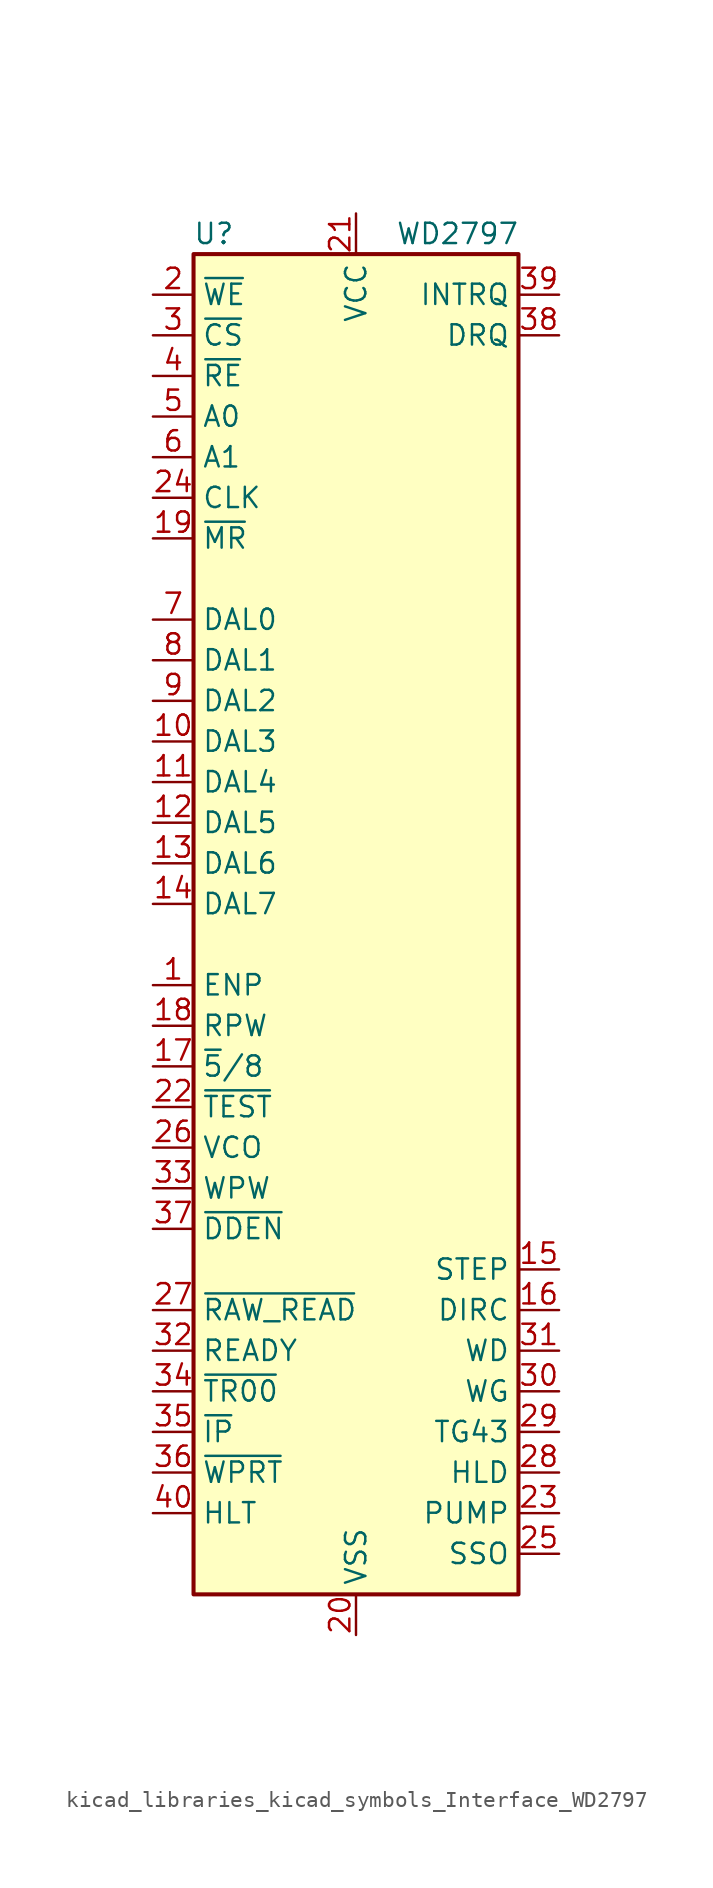
<source format=kicad_sym>
(kicad_symbol_lib
  (version 20220914)
  (generator kicad_symbol_editor)
  (symbol "kicad_libraries_kicad_symbols_Interface_WD2797"
    (property "Reference" "U"
      (at -8.89 44.45 0)
      (effects (font (size 1.27 1.27))))
    (property "Value" "WD2797"
      (at 6.35 44.45 0)
      (effects (font (size 1.27 1.27))))
    (symbol "kicad_libraries_kicad_symbols_Interface_WD2797_0_1"
      (rectangle (start -10.16 43.18) (end 10.16 -40.64) (stroke (width 0.254) (type default)) (fill (type background))))
    (symbol "kicad_libraries_kicad_symbols_Interface_WD2797_1_1"
      (pin input line (at -12.7 -2.54 0) (length 2.54) (name "ENP" (effects (font (size 1.27 1.27)))) (number "1" (effects (font (size 1.27 1.27)))))
      (pin tri_state line (at -12.7 12.7 0) (length 2.54) (name "DAL3" (effects (font (size 1.27 1.27)))) (number "10" (effects (font (size 1.27 1.27)))))
      (pin tri_state line (at -12.7 10.16 0) (length 2.54) (name "DAL4" (effects (font (size 1.27 1.27)))) (number "11" (effects (font (size 1.27 1.27)))))
      (pin tri_state line (at -12.7 7.62 0) (length 2.54) (name "DAL5" (effects (font (size 1.27 1.27)))) (number "12" (effects (font (size 1.27 1.27)))))
      (pin tri_state line (at -12.7 5.08 0) (length 2.54) (name "DAL6" (effects (font (size 1.27 1.27)))) (number "13" (effects (font (size 1.27 1.27)))))
      (pin tri_state line (at -12.7 2.54 0) (length 2.54) (name "DAL7" (effects (font (size 1.27 1.27)))) (number "14" (effects (font (size 1.27 1.27)))))
      (pin output line (at 12.7 -20.32 180) (length 2.54) (name "STEP" (effects (font (size 1.27 1.27)))) (number "15" (effects (font (size 1.27 1.27)))))
      (pin output line (at 12.7 -22.86 180) (length 2.54) (name "DIRC" (effects (font (size 1.27 1.27)))) (number "16" (effects (font (size 1.27 1.27)))))
      (pin input line (at -12.7 -7.62 0) (length 2.54) (name "~{5}/8" (effects (font (size 1.27 1.27)))) (number "17" (effects (font (size 1.27 1.27)))))
      (pin input line (at -12.7 -5.08 0) (length 2.54) (name "RPW" (effects (font (size 1.27 1.27)))) (number "18" (effects (font (size 1.27 1.27)))))
      (pin input line (at -12.7 25.4 0) (length 2.54) (name "~{MR}" (effects (font (size 1.27 1.27)))) (number "19" (effects (font (size 1.27 1.27)))))
      (pin input line (at -12.7 40.64 0) (length 2.54) (name "~{WE}" (effects (font (size 1.27 1.27)))) (number "2" (effects (font (size 1.27 1.27)))))
      (pin power_in line (at 0 -43.18 90) (length 2.54) (name "VSS" (effects (font (size 1.27 1.27)))) (number "20" (effects (font (size 1.27 1.27)))))
      (pin power_in line (at 0 45.72 270) (length 2.54) (name "VCC" (effects (font (size 1.27 1.27)))) (number "21" (effects (font (size 1.27 1.27)))))
      (pin input line (at -12.7 -10.16 0) (length 2.54) (name "~{TEST}" (effects (font (size 1.27 1.27)))) (number "22" (effects (font (size 1.27 1.27)))))
      (pin output line (at 12.7 -35.56 180) (length 2.54) (name "PUMP" (effects (font (size 1.27 1.27)))) (number "23" (effects (font (size 1.27 1.27)))))
      (pin input line (at -12.7 27.94 0) (length 2.54) (name "CLK" (effects (font (size 1.27 1.27)))) (number "24" (effects (font (size 1.27 1.27)))))
      (pin output line (at 12.7 -38.1 180) (length 2.54) (name "SSO" (effects (font (size 1.27 1.27)))) (number "25" (effects (font (size 1.27 1.27)))))
      (pin input line (at -12.7 -12.7 0) (length 2.54) (name "VCO" (effects (font (size 1.27 1.27)))) (number "26" (effects (font (size 1.27 1.27)))))
      (pin input line (at -12.7 -22.86 0) (length 2.54) (name "~{RAW_READ}" (effects (font (size 1.27 1.27)))) (number "27" (effects (font (size 1.27 1.27)))))
      (pin output line (at 12.7 -33.02 180) (length 2.54) (name "HLD" (effects (font (size 1.27 1.27)))) (number "28" (effects (font (size 1.27 1.27)))))
      (pin output line (at 12.7 -30.48 180) (length 2.54) (name "TG43" (effects (font (size 1.27 1.27)))) (number "29" (effects (font (size 1.27 1.27)))))
      (pin input line (at -12.7 38.1 0) (length 2.54) (name "~{CS}" (effects (font (size 1.27 1.27)))) (number "3" (effects (font (size 1.27 1.27)))))
      (pin output line (at 12.7 -27.94 180) (length 2.54) (name "WG" (effects (font (size 1.27 1.27)))) (number "30" (effects (font (size 1.27 1.27)))))
      (pin output line (at 12.7 -25.4 180) (length 2.54) (name "WD" (effects (font (size 1.27 1.27)))) (number "31" (effects (font (size 1.27 1.27)))))
      (pin input line (at -12.7 -25.4 0) (length 2.54) (name "READY" (effects (font (size 1.27 1.27)))) (number "32" (effects (font (size 1.27 1.27)))))
      (pin input line (at -12.7 -15.24 0) (length 2.54) (name "WPW" (effects (font (size 1.27 1.27)))) (number "33" (effects (font (size 1.27 1.27)))))
      (pin input line (at -12.7 -27.94 0) (length 2.54) (name "~{TR00}" (effects (font (size 1.27 1.27)))) (number "34" (effects (font (size 1.27 1.27)))))
      (pin input line (at -12.7 -30.48 0) (length 2.54) (name "~{IP}" (effects (font (size 1.27 1.27)))) (number "35" (effects (font (size 1.27 1.27)))))
      (pin input line (at -12.7 -33.02 0) (length 2.54) (name "~{WPRT}" (effects (font (size 1.27 1.27)))) (number "36" (effects (font (size 1.27 1.27)))))
      (pin input line (at -12.7 -17.78 0) (length 2.54) (name "~{DDEN}" (effects (font (size 1.27 1.27)))) (number "37" (effects (font (size 1.27 1.27)))))
      (pin output line (at 12.7 38.1 180) (length 2.54) (name "DRQ" (effects (font (size 1.27 1.27)))) (number "38" (effects (font (size 1.27 1.27)))))
      (pin output line (at 12.7 40.64 180) (length 2.54) (name "INTRQ" (effects (font (size 1.27 1.27)))) (number "39" (effects (font (size 1.27 1.27)))))
      (pin input line (at -12.7 35.56 0) (length 2.54) (name "~{RE}" (effects (font (size 1.27 1.27)))) (number "4" (effects (font (size 1.27 1.27)))))
      (pin input line (at -12.7 -35.56 0) (length 2.54) (name "HLT" (effects (font (size 1.27 1.27)))) (number "40" (effects (font (size 1.27 1.27)))))
      (pin input line (at -12.7 33.02 0) (length 2.54) (name "A0" (effects (font (size 1.27 1.27)))) (number "5" (effects (font (size 1.27 1.27)))))
      (pin input line (at -12.7 30.48 0) (length 2.54) (name "A1" (effects (font (size 1.27 1.27)))) (number "6" (effects (font (size 1.27 1.27)))))
      (pin tri_state line (at -12.7 20.32 0) (length 2.54) (name "DAL0" (effects (font (size 1.27 1.27)))) (number "7" (effects (font (size 1.27 1.27)))))
      (pin tri_state line (at -12.7 17.78 0) (length 2.54) (name "DAL1" (effects (font (size 1.27 1.27)))) (number "8" (effects (font (size 1.27 1.27)))))
      (pin tri_state line (at -12.7 15.24 0) (length 2.54) (name "DAL2" (effects (font (size 1.27 1.27)))) (number "9" (effects (font (size 1.27 1.27))))))))
</source>
